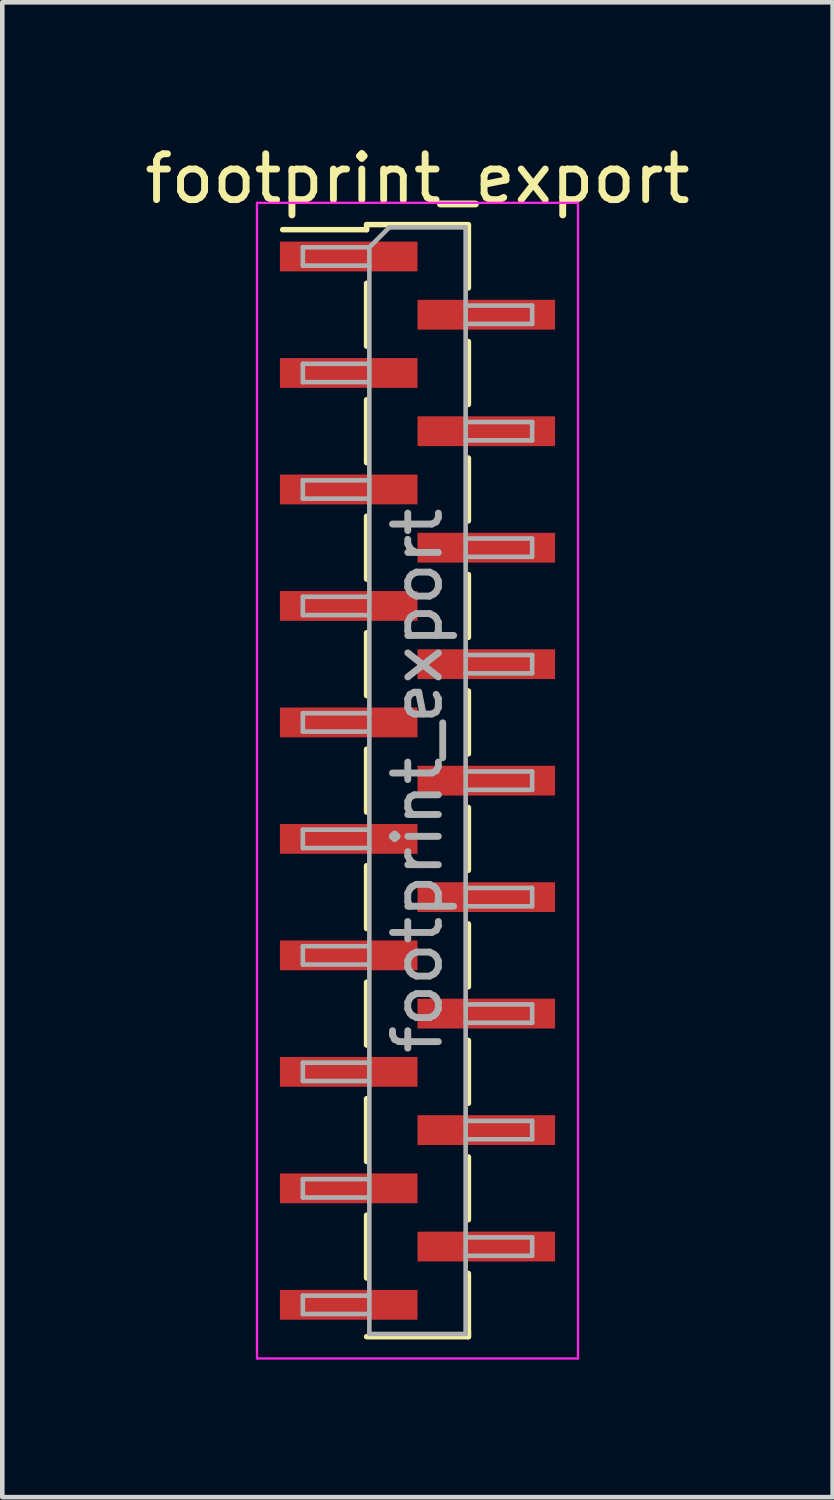
<source format=kicad_pcb>
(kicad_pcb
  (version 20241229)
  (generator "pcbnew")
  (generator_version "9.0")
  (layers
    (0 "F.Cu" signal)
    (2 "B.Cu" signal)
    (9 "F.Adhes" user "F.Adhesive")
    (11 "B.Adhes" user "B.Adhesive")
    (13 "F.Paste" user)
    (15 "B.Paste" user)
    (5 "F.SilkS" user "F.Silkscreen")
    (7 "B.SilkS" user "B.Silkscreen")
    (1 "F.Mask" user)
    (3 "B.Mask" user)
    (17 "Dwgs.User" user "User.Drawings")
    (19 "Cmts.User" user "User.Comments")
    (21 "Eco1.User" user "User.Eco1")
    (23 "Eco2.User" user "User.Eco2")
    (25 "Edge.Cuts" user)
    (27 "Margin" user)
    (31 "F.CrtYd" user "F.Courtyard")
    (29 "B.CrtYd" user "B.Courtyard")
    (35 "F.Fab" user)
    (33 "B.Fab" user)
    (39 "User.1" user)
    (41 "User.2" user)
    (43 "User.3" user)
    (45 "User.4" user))
  (footprint "footprint_export"
    (layer "F.Cu")
    (at 6.054 13.973)
    (property "Reference" "footprint_export" (at 0 -13.125 0) (layer "F.SilkS") (effects (font (size 1 1) (thickness 0.15))))
    (attr smd)
    (fp_line (start -1.11 -12.125) (end -1.11 -12.015) (stroke (width 0.12) (type solid)) (layer "F.SilkS"))
    (fp_line (start -1.11 -12.125) (end 1.11 -12.125) (stroke (width 0.12) (type solid)) (layer "F.SilkS"))
    (fp_line (start -1.11 -12.015) (end -2.94 -12.015) (stroke (width 0.12) (type solid)) (layer "F.SilkS"))
    (fp_line (start -1.11 -10.845) (end -1.11 -9.475) (stroke (width 0.12) (type solid)) (layer "F.SilkS"))
    (fp_line (start -1.11 -8.305) (end -1.11 -6.935) (stroke (width 0.12) (type solid)) (layer "F.SilkS"))
    (fp_line (start -1.11 -5.765) (end -1.11 -4.395) (stroke (width 0.12) (type solid)) (layer "F.SilkS"))
    (fp_line (start -1.11 -3.225) (end -1.11 -1.855) (stroke (width 0.12) (type solid)) (layer "F.SilkS"))
    (fp_line (start -1.11 -0.685) (end -1.11 0.685) (stroke (width 0.12) (type solid)) (layer "F.SilkS"))
    (fp_line (start -1.11 1.855) (end -1.11 3.225) (stroke (width 0.12) (type solid)) (layer "F.SilkS"))
    (fp_line (start -1.11 4.395) (end -1.11 5.765) (stroke (width 0.12) (type solid)) (layer "F.SilkS"))
    (fp_line (start -1.11 6.935) (end -1.11 8.305) (stroke (width 0.12) (type solid)) (layer "F.SilkS"))
    (fp_line (start -1.11 9.475) (end -1.11 10.845) (stroke (width 0.12) (type solid)) (layer "F.SilkS"))
    (fp_line (start -1.11 12.125) (end 1.11 12.125) (stroke (width 0.12) (type solid)) (layer "F.SilkS"))
    (fp_line (start 1.11 -12.115) (end 1.11 -10.745) (stroke (width 0.12) (type solid)) (layer "F.SilkS"))
    (fp_line (start 1.11 -9.575) (end 1.11 -8.205) (stroke (width 0.12) (type solid)) (layer "F.SilkS"))
    (fp_line (start 1.11 -7.035) (end 1.11 -5.665) (stroke (width 0.12) (type solid)) (layer "F.SilkS"))
    (fp_line (start 1.11 -4.495) (end 1.11 -3.125) (stroke (width 0.12) (type solid)) (layer "F.SilkS"))
    (fp_line (start 1.11 -1.955) (end 1.11 -0.585) (stroke (width 0.12) (type solid)) (layer "F.SilkS"))
    (fp_line (start 1.11 0.585) (end 1.11 1.955) (stroke (width 0.12) (type solid)) (layer "F.SilkS"))
    (fp_line (start 1.11 3.125) (end 1.11 4.495) (stroke (width 0.12) (type solid)) (layer "F.SilkS"))
    (fp_line (start 1.11 5.665) (end 1.11 7.035) (stroke (width 0.12) (type solid)) (layer "F.SilkS"))
    (fp_line (start 1.11 8.205) (end 1.11 9.575) (stroke (width 0.12) (type solid)) (layer "F.SilkS"))
    (fp_line (start 1.11 10.745) (end 1.11 12.115) (stroke (width 0.12) (type solid)) (layer "F.SilkS"))
    (fp_line (start 1.11 12.015) (end 1.11 12.125) (stroke (width 0.12) (type solid)) (layer "F.SilkS"))
    (fp_line (start -3.5 -12.6) (end -3.5 12.6) (stroke (width 0.05) (type solid)) (layer "F.CrtYd"))
    (fp_line (start -3.5 12.6) (end 3.5 12.6) (stroke (width 0.05) (type solid)) (layer "F.CrtYd"))
    (fp_line (start 3.5 -12.6) (end -3.5 -12.6) (stroke (width 0.05) (type solid)) (layer "F.CrtYd"))
    (fp_line (start 3.5 12.6) (end 3.5 -12.6) (stroke (width 0.05) (type solid)) (layer "F.CrtYd"))
    (fp_line (start -2.5 -11.63) (end -2.5 -11.23) (stroke (width 0.1) (type solid)) (layer "F.Fab"))
    (fp_line (start -2.5 -11.23) (end -1.05 -11.23) (stroke (width 0.1) (type solid)) (layer "F.Fab"))
    (fp_line (start -2.5 -9.09) (end -2.5 -8.69) (stroke (width 0.1) (type solid)) (layer "F.Fab"))
    (fp_line (start -2.5 -8.69) (end -1.05 -8.69) (stroke (width 0.1) (type solid)) (layer "F.Fab"))
    (fp_line (start -2.5 -6.55) (end -2.5 -6.15) (stroke (width 0.1) (type solid)) (layer "F.Fab"))
    (fp_line (start -2.5 -6.15) (end -1.05 -6.15) (stroke (width 0.1) (type solid)) (layer "F.Fab"))
    (fp_line (start -2.5 -4.01) (end -2.5 -3.61) (stroke (width 0.1) (type solid)) (layer "F.Fab"))
    (fp_line (start -2.5 -3.61) (end -1.05 -3.61) (stroke (width 0.1) (type solid)) (layer "F.Fab"))
    (fp_line (start -2.5 -1.47) (end -2.5 -1.07) (stroke (width 0.1) (type solid)) (layer "F.Fab"))
    (fp_line (start -2.5 -1.07) (end -1.05 -1.07) (stroke (width 0.1) (type solid)) (layer "F.Fab"))
    (fp_line (start -2.5 1.07) (end -2.5 1.47) (stroke (width 0.1) (type solid)) (layer "F.Fab"))
    (fp_line (start -2.5 1.47) (end -1.05 1.47) (stroke (width 0.1) (type solid)) (layer "F.Fab"))
    (fp_line (start -2.5 3.61) (end -2.5 4.01) (stroke (width 0.1) (type solid)) (layer "F.Fab"))
    (fp_line (start -2.5 4.01) (end -1.05 4.01) (stroke (width 0.1) (type solid)) (layer "F.Fab"))
    (fp_line (start -2.5 6.15) (end -2.5 6.55) (stroke (width 0.1) (type solid)) (layer "F.Fab"))
    (fp_line (start -2.5 6.55) (end -1.05 6.55) (stroke (width 0.1) (type solid)) (layer "F.Fab"))
    (fp_line (start -2.5 8.69) (end -2.5 9.09) (stroke (width 0.1) (type solid)) (layer "F.Fab"))
    (fp_line (start -2.5 9.09) (end -1.05 9.09) (stroke (width 0.1) (type solid)) (layer "F.Fab"))
    (fp_line (start -2.5 11.23) (end -2.5 11.63) (stroke (width 0.1) (type solid)) (layer "F.Fab"))
    (fp_line (start -2.5 11.63) (end -1.05 11.63) (stroke (width 0.1) (type solid)) (layer "F.Fab"))
    (fp_line (start -1.05 -11.63) (end -2.5 -11.63) (stroke (width 0.1) (type solid)) (layer "F.Fab"))
    (fp_line (start -1.05 -11.63) (end -0.615 -12.065) (stroke (width 0.1) (type solid)) (layer "F.Fab"))
    (fp_line (start -1.05 -9.09) (end -2.5 -9.09) (stroke (width 0.1) (type solid)) (layer "F.Fab"))
    (fp_line (start -1.05 -6.55) (end -2.5 -6.55) (stroke (width 0.1) (type solid)) (layer "F.Fab"))
    (fp_line (start -1.05 -4.01) (end -2.5 -4.01) (stroke (width 0.1) (type solid)) (layer "F.Fab"))
    (fp_line (start -1.05 -1.47) (end -2.5 -1.47) (stroke (width 0.1) (type solid)) (layer "F.Fab"))
    (fp_line (start -1.05 1.07) (end -2.5 1.07) (stroke (width 0.1) (type solid)) (layer "F.Fab"))
    (fp_line (start -1.05 3.61) (end -2.5 3.61) (stroke (width 0.1) (type solid)) (layer "F.Fab"))
    (fp_line (start -1.05 6.15) (end -2.5 6.15) (stroke (width 0.1) (type solid)) (layer "F.Fab"))
    (fp_line (start -1.05 8.69) (end -2.5 8.69) (stroke (width 0.1) (type solid)) (layer "F.Fab"))
    (fp_line (start -1.05 11.23) (end -2.5 11.23) (stroke (width 0.1) (type solid)) (layer "F.Fab"))
    (fp_line (start -1.05 12.065) (end -1.05 -11.63) (stroke (width 0.1) (type solid)) (layer "F.Fab"))
    (fp_line (start -0.615 -12.065) (end 1.05 -12.065) (stroke (width 0.1) (type solid)) (layer "F.Fab"))
    (fp_line (start 1.05 -12.065) (end 1.05 12.065) (stroke (width 0.1) (type solid)) (layer "F.Fab"))
    (fp_line (start 1.05 -10.36) (end 2.5 -10.36) (stroke (width 0.1) (type solid)) (layer "F.Fab"))
    (fp_line (start 1.05 -7.82) (end 2.5 -7.82) (stroke (width 0.1) (type solid)) (layer "F.Fab"))
    (fp_line (start 1.05 -5.28) (end 2.5 -5.28) (stroke (width 0.1) (type solid)) (layer "F.Fab"))
    (fp_line (start 1.05 -2.74) (end 2.5 -2.74) (stroke (width 0.1) (type solid)) (layer "F.Fab"))
    (fp_line (start 1.05 -0.2) (end 2.5 -0.2) (stroke (width 0.1) (type solid)) (layer "F.Fab"))
    (fp_line (start 1.05 2.34) (end 2.5 2.34) (stroke (width 0.1) (type solid)) (layer "F.Fab"))
    (fp_line (start 1.05 4.88) (end 2.5 4.88) (stroke (width 0.1) (type solid)) (layer "F.Fab"))
    (fp_line (start 1.05 7.42) (end 2.5 7.42) (stroke (width 0.1) (type solid)) (layer "F.Fab"))
    (fp_line (start 1.05 9.96) (end 2.5 9.96) (stroke (width 0.1) (type solid)) (layer "F.Fab"))
    (fp_line (start 1.05 12.065) (end -1.05 12.065) (stroke (width 0.1) (type solid)) (layer "F.Fab"))
    (fp_line (start 2.5 -10.36) (end 2.5 -9.96) (stroke (width 0.1) (type solid)) (layer "F.Fab"))
    (fp_line (start 2.5 -9.96) (end 1.05 -9.96) (stroke (width 0.1) (type solid)) (layer "F.Fab"))
    (fp_line (start 2.5 -7.82) (end 2.5 -7.42) (stroke (width 0.1) (type solid)) (layer "F.Fab"))
    (fp_line (start 2.5 -7.42) (end 1.05 -7.42) (stroke (width 0.1) (type solid)) (layer "F.Fab"))
    (fp_line (start 2.5 -5.28) (end 2.5 -4.88) (stroke (width 0.1) (type solid)) (layer "F.Fab"))
    (fp_line (start 2.5 -4.88) (end 1.05 -4.88) (stroke (width 0.1) (type solid)) (layer "F.Fab"))
    (fp_line (start 2.5 -2.74) (end 2.5 -2.34) (stroke (width 0.1) (type solid)) (layer "F.Fab"))
    (fp_line (start 2.5 -2.34) (end 1.05 -2.34) (stroke (width 0.1) (type solid)) (layer "F.Fab"))
    (fp_line (start 2.5 -0.2) (end 2.5 0.2) (stroke (width 0.1) (type solid)) (layer "F.Fab"))
    (fp_line (start 2.5 0.2) (end 1.05 0.2) (stroke (width 0.1) (type solid)) (layer "F.Fab"))
    (fp_line (start 2.5 2.34) (end 2.5 2.74) (stroke (width 0.1) (type solid)) (layer "F.Fab"))
    (fp_line (start 2.5 2.74) (end 1.05 2.74) (stroke (width 0.1) (type solid)) (layer "F.Fab"))
    (fp_line (start 2.5 4.88) (end 2.5 5.28) (stroke (width 0.1) (type solid)) (layer "F.Fab"))
    (fp_line (start 2.5 5.28) (end 1.05 5.28) (stroke (width 0.1) (type solid)) (layer "F.Fab"))
    (fp_line (start 2.5 7.42) (end 2.5 7.82) (stroke (width 0.1) (type solid)) (layer "F.Fab"))
    (fp_line (start 2.5 7.82) (end 1.05 7.82) (stroke (width 0.1) (type solid)) (layer "F.Fab"))
    (fp_line (start 2.5 9.96) (end 2.5 10.36) (stroke (width 0.1) (type solid)) (layer "F.Fab"))
    (fp_line (start 2.5 10.36) (end 1.05 10.36) (stroke (width 0.1) (type solid)) (layer "F.Fab"))
    (fp_text user "${REFERENCE}" (at 0 0 90) (layer "F.Fab") (effects (font (size 1 1) (thickness 0.15))))
    (pad "1" smd rect (at -1.5 -11.43) (size 3 0.65) (layers "F.Cu" "F.Mask" "F.Paste"))
    (pad "2" smd rect (at 1.5 -10.16) (size 3 0.65) (layers "F.Cu" "F.Mask" "F.Paste"))
    (pad "3" smd rect (at -1.5 -8.89) (size 3 0.65) (layers "F.Cu" "F.Mask" "F.Paste"))
    (pad "4" smd rect (at 1.5 -7.62) (size 3 0.65) (layers "F.Cu" "F.Mask" "F.Paste"))
    (pad "5" smd rect (at -1.5 -6.35) (size 3 0.65) (layers "F.Cu" "F.Mask" "F.Paste"))
    (pad "6" smd rect (at 1.5 -5.08) (size 3 0.65) (layers "F.Cu" "F.Mask" "F.Paste"))
    (pad "7" smd rect (at -1.5 -3.81) (size 3 0.65) (layers "F.Cu" "F.Mask" "F.Paste"))
    (pad "8" smd rect (at 1.5 -2.54) (size 3 0.65) (layers "F.Cu" "F.Mask" "F.Paste"))
    (pad "9" smd rect (at -1.5 -1.27) (size 3 0.65) (layers "F.Cu" "F.Mask" "F.Paste"))
    (pad "10" smd rect (at 1.5 0) (size 3 0.65) (layers "F.Cu" "F.Mask" "F.Paste"))
    (pad "11" smd rect (at -1.5 1.27) (size 3 0.65) (layers "F.Cu" "F.Mask" "F.Paste"))
    (pad "12" smd rect (at 1.5 2.54) (size 3 0.65) (layers "F.Cu" "F.Mask" "F.Paste"))
    (pad "13" smd rect (at -1.5 3.81) (size 3 0.65) (layers "F.Cu" "F.Mask" "F.Paste"))
    (pad "14" smd rect (at 1.5 5.08) (size 3 0.65) (layers "F.Cu" "F.Mask" "F.Paste"))
    (pad "15" smd rect (at -1.5 6.35) (size 3 0.65) (layers "F.Cu" "F.Mask" "F.Paste"))
    (pad "16" smd rect (at 1.5 7.62) (size 3 0.65) (layers "F.Cu" "F.Mask" "F.Paste"))
    (pad "17" smd rect (at -1.5 8.89) (size 3 0.65) (layers "F.Cu" "F.Mask" "F.Paste"))
    (pad "18" smd rect (at 1.5 10.16) (size 3 0.65) (layers "F.Cu" "F.Mask" "F.Paste"))
    (pad "19" smd rect (at -1.5 11.43) (size 3 0.65) (layers "F.Cu" "F.Mask" "F.Paste")))
  (gr_rect
    (start -3 -3)
    (end 15.107 29.598)
    (stroke (width 0.1) (type default))
    (fill no)
    (layer "Edge.Cuts")))
</source>
